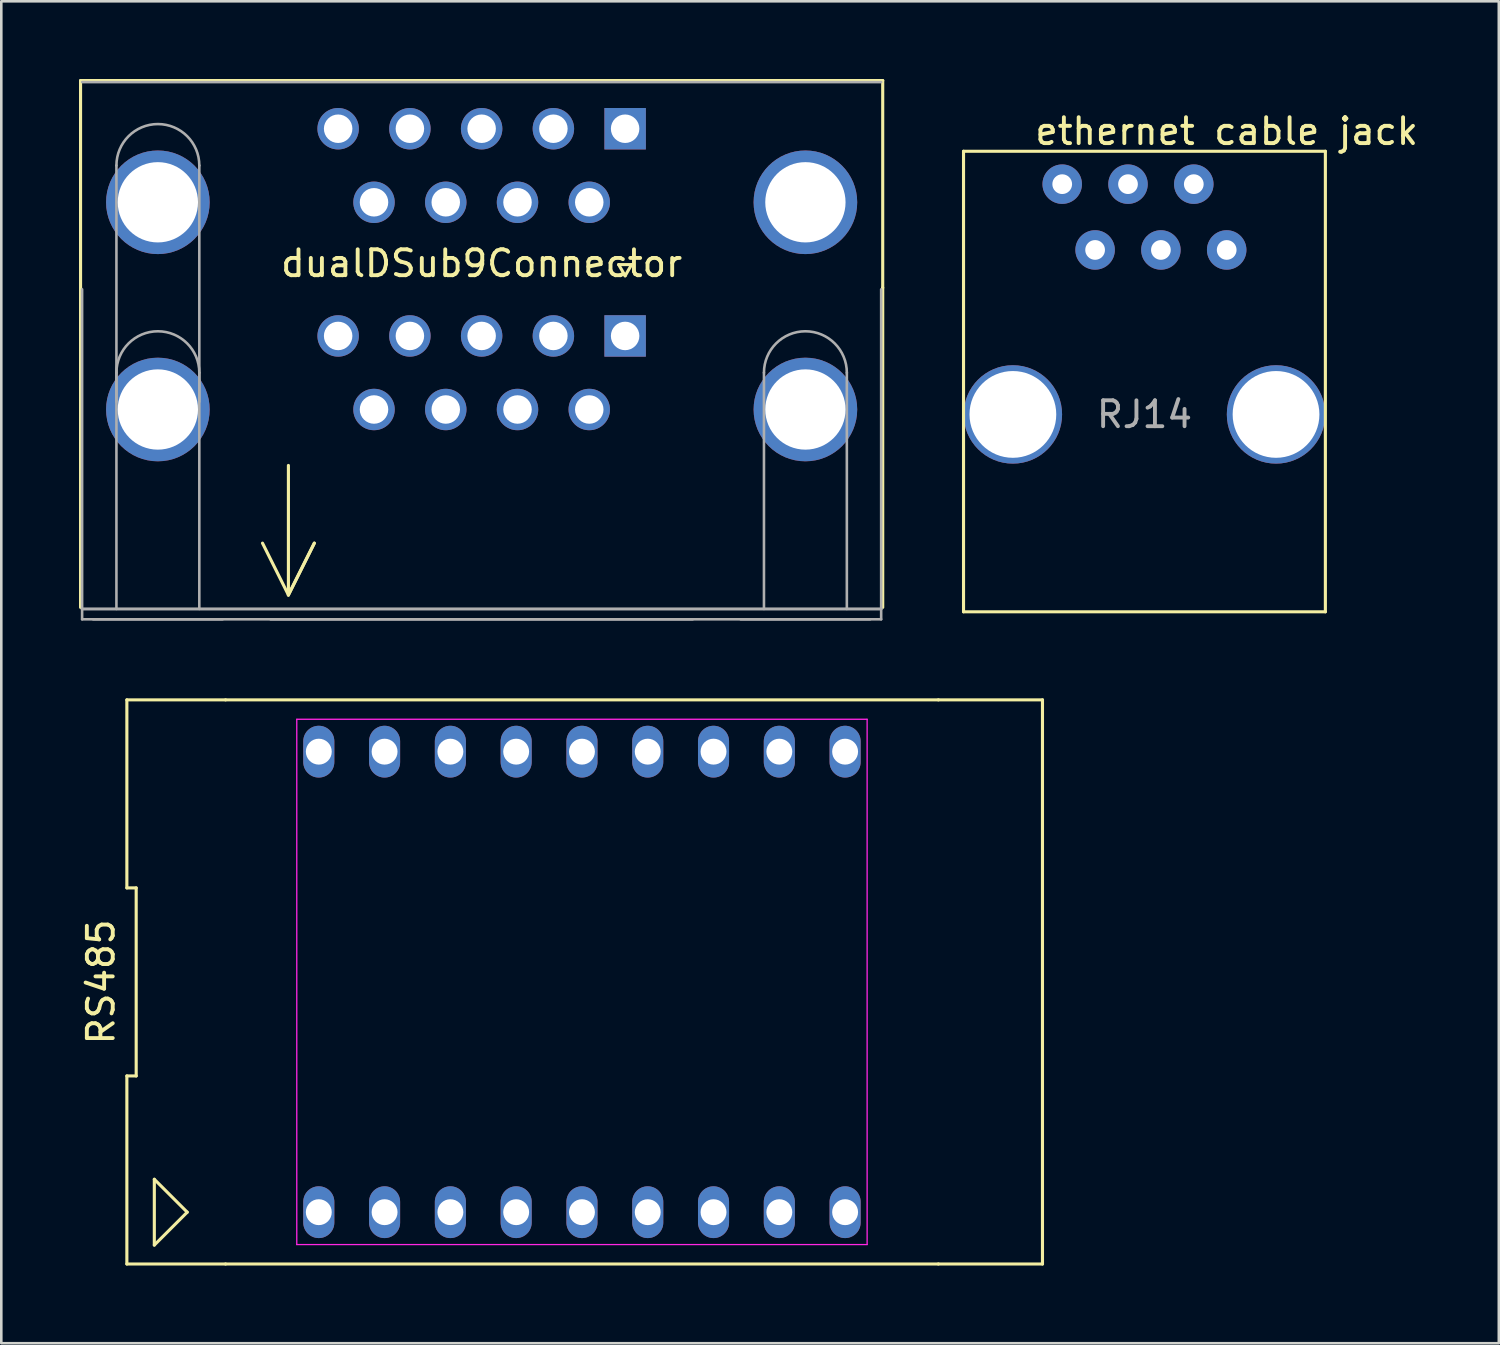
<source format=kicad_pcb>
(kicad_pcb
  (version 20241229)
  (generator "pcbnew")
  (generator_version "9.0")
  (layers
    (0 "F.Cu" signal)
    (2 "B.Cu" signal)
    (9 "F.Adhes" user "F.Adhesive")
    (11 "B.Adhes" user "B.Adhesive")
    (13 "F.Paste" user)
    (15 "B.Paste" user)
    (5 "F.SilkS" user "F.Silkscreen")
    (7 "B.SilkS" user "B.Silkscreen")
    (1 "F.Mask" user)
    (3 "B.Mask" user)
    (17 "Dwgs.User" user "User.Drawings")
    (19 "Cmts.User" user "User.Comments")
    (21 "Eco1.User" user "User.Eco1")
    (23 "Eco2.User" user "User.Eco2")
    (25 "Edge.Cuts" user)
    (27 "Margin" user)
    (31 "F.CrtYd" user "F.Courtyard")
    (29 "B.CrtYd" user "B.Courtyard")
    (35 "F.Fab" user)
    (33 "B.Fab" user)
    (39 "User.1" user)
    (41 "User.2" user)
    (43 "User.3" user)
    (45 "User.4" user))
  (footprint "RS485"
    (layer "F.Cu")
    (at 19.418 34.86)
    (property "Reference" "RS485" (at -18.57 0 90) (layer "F.SilkS") (effects (font (size 1 1) (thickness 0.15))))
    (attr through_hole)
    (fp_line (start -17.57 -10.89) (end -17.57 -3.63) (stroke (width 0.12) (type solid)) (layer "F.SilkS"))
    (fp_line (start -17.57 -10.89) (end -13.76 -10.89) (stroke (width 0.12) (type solid)) (layer "F.SilkS"))
    (fp_line (start -17.57 -3.63) (end -17.21 -3.63) (stroke (width 0.12) (type solid)) (layer "F.SilkS"))
    (fp_line (start -17.57 3.63) (end -17.57 10.89) (stroke (width 0.12) (type solid)) (layer "F.SilkS"))
    (fp_line (start -17.21 -3.63) (end -17.21 3.63) (stroke (width 0.12) (type solid)) (layer "F.SilkS"))
    (fp_line (start -17.21 3.63) (end -17.57 3.63) (stroke (width 0.12) (type solid)) (layer "F.SilkS"))
    (fp_line (start -16.51 7.62) (end -16.51 10.16) (stroke (width 0.12) (type solid)) (layer "F.SilkS"))
    (fp_line (start -16.51 10.16) (end -15.24 8.89) (stroke (width 0.12) (type solid)) (layer "F.SilkS"))
    (fp_line (start -15.24 8.89) (end -16.51 7.62) (stroke (width 0.12) (type solid)) (layer "F.SilkS"))
    (fp_line (start -13.76 10.89) (end -17.57 10.89) (stroke (width 0.12) (type solid)) (layer "F.SilkS"))
    (fp_line (start -13.76 10.89) (end 13.76 10.89) (stroke (width 0.12) (type solid)) (layer "F.SilkS"))
    (fp_line (start 13.76 -10.89) (end -13.76 -10.89) (stroke (width 0.12) (type solid)) (layer "F.SilkS"))
    (fp_line (start 13.76 10.89) (end 17.78 10.89) (stroke (width 0.12) (type solid)) (layer "F.SilkS"))
    (fp_line (start 17.78 -10.89) (end 13.76 -10.89) (stroke (width 0.12) (type solid)) (layer "F.SilkS"))
    (fp_line (start 17.78 10.89) (end 17.78 -10.89) (stroke (width 0.12) (type solid)) (layer "F.SilkS"))
    (fp_line (start -11.01 -10.14) (end 11.01 -10.14) (stroke (width 0.05) (type solid)) (layer "F.CrtYd"))
    (fp_line (start -11.01 10.14) (end -11.01 -10.14) (stroke (width 0.05) (type solid)) (layer "F.CrtYd"))
    (fp_line (start 11.01 -10.14) (end 11.01 10.14) (stroke (width 0.05) (type solid)) (layer "F.CrtYd"))
    (fp_line (start 11.01 10.14) (end -11.01 10.14) (stroke (width 0.05) (type solid)) (layer "F.CrtYd"))
    (pad "1" thru_hole oval (at -10.16 8.89) (size 1.2 2) (drill 1) (layers "*.Cu" "*.Mask"))
    (pad "2" thru_hole oval (at -7.62 8.89) (size 1.2 2) (drill 1) (layers "*.Cu" "*.Mask"))
    (pad "3" thru_hole oval (at -5.08 8.89) (size 1.2 2) (drill 1) (layers "*.Cu" "*.Mask"))
    (pad "4" thru_hole oval (at -2.54 8.89) (size 1.2 2) (drill 1) (layers "*.Cu" "*.Mask"))
    (pad "5" thru_hole oval (at 0 8.89) (size 1.2 2) (drill 1) (layers "*.Cu" "*.Mask"))
    (pad "6" thru_hole oval (at 2.54 8.89) (size 1.2 2) (drill 1) (layers "*.Cu" "*.Mask"))
    (pad "7" thru_hole oval (at 5.08 8.89) (size 1.2 2) (drill 1) (layers "*.Cu" "*.Mask"))
    (pad "8" thru_hole oval (at 7.62 8.89) (size 1.2 2) (drill 1) (layers "*.Cu" "*.Mask"))
    (pad "9" thru_hole oval (at 10.16 8.89) (size 1.2 2) (drill 1) (layers "*.Cu" "*.Mask"))
    (pad "10" thru_hole oval (at 10.16 -8.89) (size 1.2 2) (drill 1) (layers "*.Cu" "*.Mask"))
    (pad "11" thru_hole oval (at 7.62 -8.89) (size 1.2 2) (drill 1) (layers "*.Cu" "*.Mask"))
    (pad "12" thru_hole oval (at 5.08 -8.89) (size 1.2 2) (drill 1) (layers "*.Cu" "*.Mask"))
    (pad "13" thru_hole oval (at 2.54 -8.89) (size 1.2 2) (drill 1) (layers "*.Cu" "*.Mask"))
    (pad "14" thru_hole oval (at 0 -8.89) (size 1.2 2) (drill 1) (layers "*.Cu" "*.Mask"))
    (pad "15" thru_hole oval (at -2.54 -8.89) (size 1.2 2) (drill 1) (layers "*.Cu" "*.Mask"))
    (pad "16" thru_hole oval (at -5.08 -8.89) (size 1.2 2) (drill 1) (layers "*.Cu" "*.Mask"))
    (pad "17" thru_hole oval (at -7.62 -8.89) (size 1.2 2) (drill 1) (layers "*.Cu" "*.Mask"))
    (pad "18" thru_hole oval (at -10.16 -8.89) (size 1.2 2) (drill 1) (layers "*.Cu" "*.Mask")))
  (footprint "dualDSub9Connector"
    (layer "F.Cu")
    (at 21.085 9.92)
    (property "Reference" "dualDSub9Connector" (at -5.54 -2.8 0) (layer "F.SilkS") (effects (font (size 1 1) (thickness 0.15))))
    (attr through_hole)
    (fp_line (start -21.025 -9.86) (end 9.945 -9.86) (stroke (width 0.12) (type solid)) (layer "F.SilkS"))
    (fp_line (start -21.025 -1.86) (end -21.025 -9.86) (stroke (width 0.12) (type solid)) (layer "F.SilkS"))
    (fp_line (start -21.025 10.48) (end -21.025 -1.86) (stroke (width 0.12) (type solid)) (layer "F.SilkS"))
    (fp_line (start -14 8) (end -13 10) (stroke (width 0.12) (type solid)) (layer "F.SilkS"))
    (fp_line (start -13 5) (end -13 10) (stroke (width 0.12) (type solid)) (layer "F.SilkS"))
    (fp_line (start -13 10) (end -12 8) (stroke (width 0.12) (type solid)) (layer "F.SilkS"))
    (fp_line (start -12 8) (end -13 10) (stroke (width 0.12) (type solid)) (layer "F.SilkS"))
    (fp_line (start -0.25 -2.754) (end 0.25 -2.754) (stroke (width 0.12) (type solid)) (layer "F.SilkS"))
    (fp_line (start 0 -2.321) (end -0.25 -2.754) (stroke (width 0.12) (type solid)) (layer "F.SilkS"))
    (fp_line (start 0.25 -2.754) (end 0 -2.321) (stroke (width 0.12) (type solid)) (layer "F.SilkS"))
    (fp_line (start 9.945 -1.86) (end 9.945 -9.86) (stroke (width 0.12) (type solid)) (layer "F.SilkS"))
    (fp_line (start 9.945 -1.86) (end 9.945 10.48) (stroke (width 0.12) (type solid)) (layer "F.SilkS"))
    (fp_line (start -20.965 -1.8) (end -20.965 10.54) (stroke (width 0.1) (type solid)) (layer "F.Fab"))
    (fp_line (start -20.965 10.54) (end -20.965 10.94) (stroke (width 0.1) (type solid)) (layer "F.Fab"))
    (fp_line (start -20.965 10.54) (end 9.885 10.54) (stroke (width 0.1) (type solid)) (layer "F.Fab"))
    (fp_line (start -20.965 10.94) (end 9.885 10.94) (stroke (width 0.1) (type solid)) (layer "F.Fab"))
    (fp_line (start -19.64 2.54) (end -19.64 -6.58) (stroke (width 0.1) (type solid)) (layer "F.Fab"))
    (fp_line (start -19.64 10.54) (end -19.64 1.42) (stroke (width 0.1) (type solid)) (layer "F.Fab"))
    (fp_line (start -16.44 2.54) (end -16.44 -6.58) (stroke (width 0.1) (type solid)) (layer "F.Fab"))
    (fp_line (start -16.44 10.54) (end -16.44 1.42) (stroke (width 0.1) (type solid)) (layer "F.Fab"))
    (fp_line (start -15.54 10.94) (end -20.54 10.94) (stroke (width 0.1) (type solid)) (layer "F.Fab"))
    (fp_line (start 2.61 10.94) (end -13.69 10.94) (stroke (width 0.1) (type solid)) (layer "F.Fab"))
    (fp_line (start 5.36 10.54) (end 5.36 1.42) (stroke (width 0.1) (type solid)) (layer "F.Fab"))
    (fp_line (start 8.56 10.54) (end 8.56 1.42) (stroke (width 0.1) (type solid)) (layer "F.Fab"))
    (fp_line (start 9.46 10.94) (end 4.46 10.94) (stroke (width 0.1) (type solid)) (layer "F.Fab"))
    (fp_line (start 9.885 -9.8) (end -20.965 -9.8) (stroke (width 0.1) (type solid)) (layer "F.Fab"))
    (fp_line (start 9.885 10.54) (end -20.965 10.54) (stroke (width 0.1) (type solid)) (layer "F.Fab"))
    (fp_line (start 9.885 10.54) (end 9.885 -1.8) (stroke (width 0.1) (type solid)) (layer "F.Fab"))
    (fp_line (start 9.885 10.94) (end 9.885 10.54) (stroke (width 0.1) (type solid)) (layer "F.Fab"))
    (fp_arc (start -19.64 -6.58) (mid -18.04 -8.18) (end -16.44 -6.58) (stroke (width 0.1) (type solid)) (layer "F.Fab"))
    (fp_arc (start -19.64 1.42) (mid -18.04 -0.18) (end -16.44 1.42) (stroke (width 0.1) (type solid)) (layer "F.Fab"))
    (fp_arc (start 5.36 1.42) (mid 6.96 -0.18) (end 8.56 1.42) (stroke (width 0.1) (type solid)) (layer "F.Fab"))
    (pad "0" thru_hole circle (at -18.04 -5.16) (size 4 4) (drill 3.1) (layers "*.Cu" "*.Mask"))
    (pad "0" thru_hole circle (at -18.04 2.84) (size 4 4) (drill 3.1) (layers "*.Cu" "*.Mask"))
    (pad "0" thru_hole circle (at 6.96 -5.16) (size 4 4) (drill 3.1) (layers "*.Cu" "*.Mask"))
    (pad "0" thru_hole circle (at 6.96 2.84) (size 4 4) (drill 3.1) (layers "*.Cu" "*.Mask"))
    (pad "1" thru_hole circle (at -11.08 0) (size 1.6 1.6) (drill 1.1) (layers "*.Cu" "*.Mask"))
    (pad "2" thru_hole circle (at -8.31 0) (size 1.6 1.6) (drill 1.1) (layers "*.Cu" "*.Mask"))
    (pad "3" thru_hole circle (at -5.54 0) (size 1.6 1.6) (drill 1.1) (layers "*.Cu" "*.Mask"))
    (pad "4" thru_hole circle (at -2.77 0) (size 1.6 1.6) (drill 1.1) (layers "*.Cu" "*.Mask"))
    (pad "5" thru_hole rect (at 0 0) (size 1.6 1.6) (drill 1.1) (layers "*.Cu" "*.Mask"))
    (pad "6" thru_hole circle (at -9.695 2.84) (size 1.6 1.6) (drill 1.1) (layers "*.Cu" "*.Mask"))
    (pad "7" thru_hole circle (at -6.925 2.84) (size 1.6 1.6) (drill 1.1) (layers "*.Cu" "*.Mask"))
    (pad "8" thru_hole circle (at -4.155 2.84) (size 1.6 1.6) (drill 1.1) (layers "*.Cu" "*.Mask"))
    (pad "9" thru_hole circle (at -1.385 2.84) (size 1.6 1.6) (drill 1.1) (layers "*.Cu" "*.Mask"))
    (pad "10" thru_hole rect (at 0 -8) (size 1.6 1.6) (drill 1.1) (layers "*.Cu" "*.Mask"))
    (pad "11" thru_hole circle (at -2.77 -8) (size 1.6 1.6) (drill 1.1) (layers "*.Cu" "*.Mask"))
    (pad "12" thru_hole circle (at -5.54 -8) (size 1.6 1.6) (drill 1.1) (layers "*.Cu" "*.Mask"))
    (pad "13" thru_hole circle (at -8.31 -8) (size 1.6 1.6) (drill 1.1) (layers "*.Cu" "*.Mask"))
    (pad "14" thru_hole circle (at -11.08 -8) (size 1.6 1.6) (drill 1.1) (layers "*.Cu" "*.Mask"))
    (pad "15" thru_hole circle (at -1.385 -5.16) (size 1.6 1.6) (drill 1.1) (layers "*.Cu" "*.Mask"))
    (pad "16" thru_hole circle (at -4.155 -5.16) (size 1.6 1.6) (drill 1.1) (layers "*.Cu" "*.Mask"))
    (pad "17" thru_hole circle (at -6.925 -5.16) (size 1.6 1.6) (drill 1.1) (layers "*.Cu" "*.Mask"))
    (pad "18" thru_hole circle (at -9.695 -5.16) (size 1.6 1.6) (drill 1.1) (layers "*.Cu" "*.Mask")))
  (footprint "ethernet cable jack"
    (layer "F.Cu")
    (at 44.31 0.25)
    (property "Reference" "ethernet cable jack" (at 0 1.77 0) (layer "F.SilkS") (effects (font (size 1 1) (thickness 0.15))))
    (attr through_hole)
    (fp_line (start -10.16 2.54) (end -10.16 20.32) (stroke (width 0.12) (type solid)) (layer "F.SilkS"))
    (fp_line (start -10.16 20.32) (end 3.81 20.32) (stroke (width 0.12) (type solid)) (layer "F.SilkS"))
    (fp_line (start 3.81 2.54) (end -10.16 2.54) (stroke (width 0.12) (type solid)) (layer "F.SilkS"))
    (fp_line (start 3.81 20.32) (end 3.81 2.54) (stroke (width 0.12) (type solid)) (layer "F.SilkS"))
    (fp_text user "RJ14" (at -3.175 12.7 0) (layer "F.Fab") (effects (font (size 1 1) (thickness 0.15))))
    (pad "1" thru_hole circle (at -6.35 3.81) (size 1.524 1.524) (drill 0.762) (layers "*.Cu" "*.Mask"))
    (pad "2" thru_hole circle (at -5.08 6.35) (size 1.524 1.524) (drill 0.762) (layers "*.Cu" "*.Mask"))
    (pad "3" thru_hole circle (at -3.81 3.81) (size 1.524 1.524) (drill 0.762) (layers "*.Cu" "*.Mask"))
    (pad "4" thru_hole circle (at -2.54 6.35) (size 1.524 1.524) (drill 0.762) (layers "*.Cu" "*.Mask"))
    (pad "5" thru_hole circle (at -1.27 3.81) (size 1.524 1.524) (drill 0.762) (layers "*.Cu" "*.Mask"))
    (pad "6" thru_hole circle (at 0 6.35) (size 1.524 1.524) (drill 0.762) (layers "*.Cu" "*.Mask"))
    (pad "MECH" thru_hole circle (at -8.255 12.7) (size 3.8 3.8) (drill 3.35) (layers "*.Cu" "*.Mask"))
    (pad "MECH" thru_hole circle (at 1.905 12.7) (size 3.8 3.8) (drill 3.35) (layers "*.Cu" "*.Mask")))
  (gr_rect
    (start -3 -3)
    (end 54.816 48.81)
    (stroke (width 0.1) (type default))
    (fill no)
    (layer "Edge.Cuts")))
</source>
